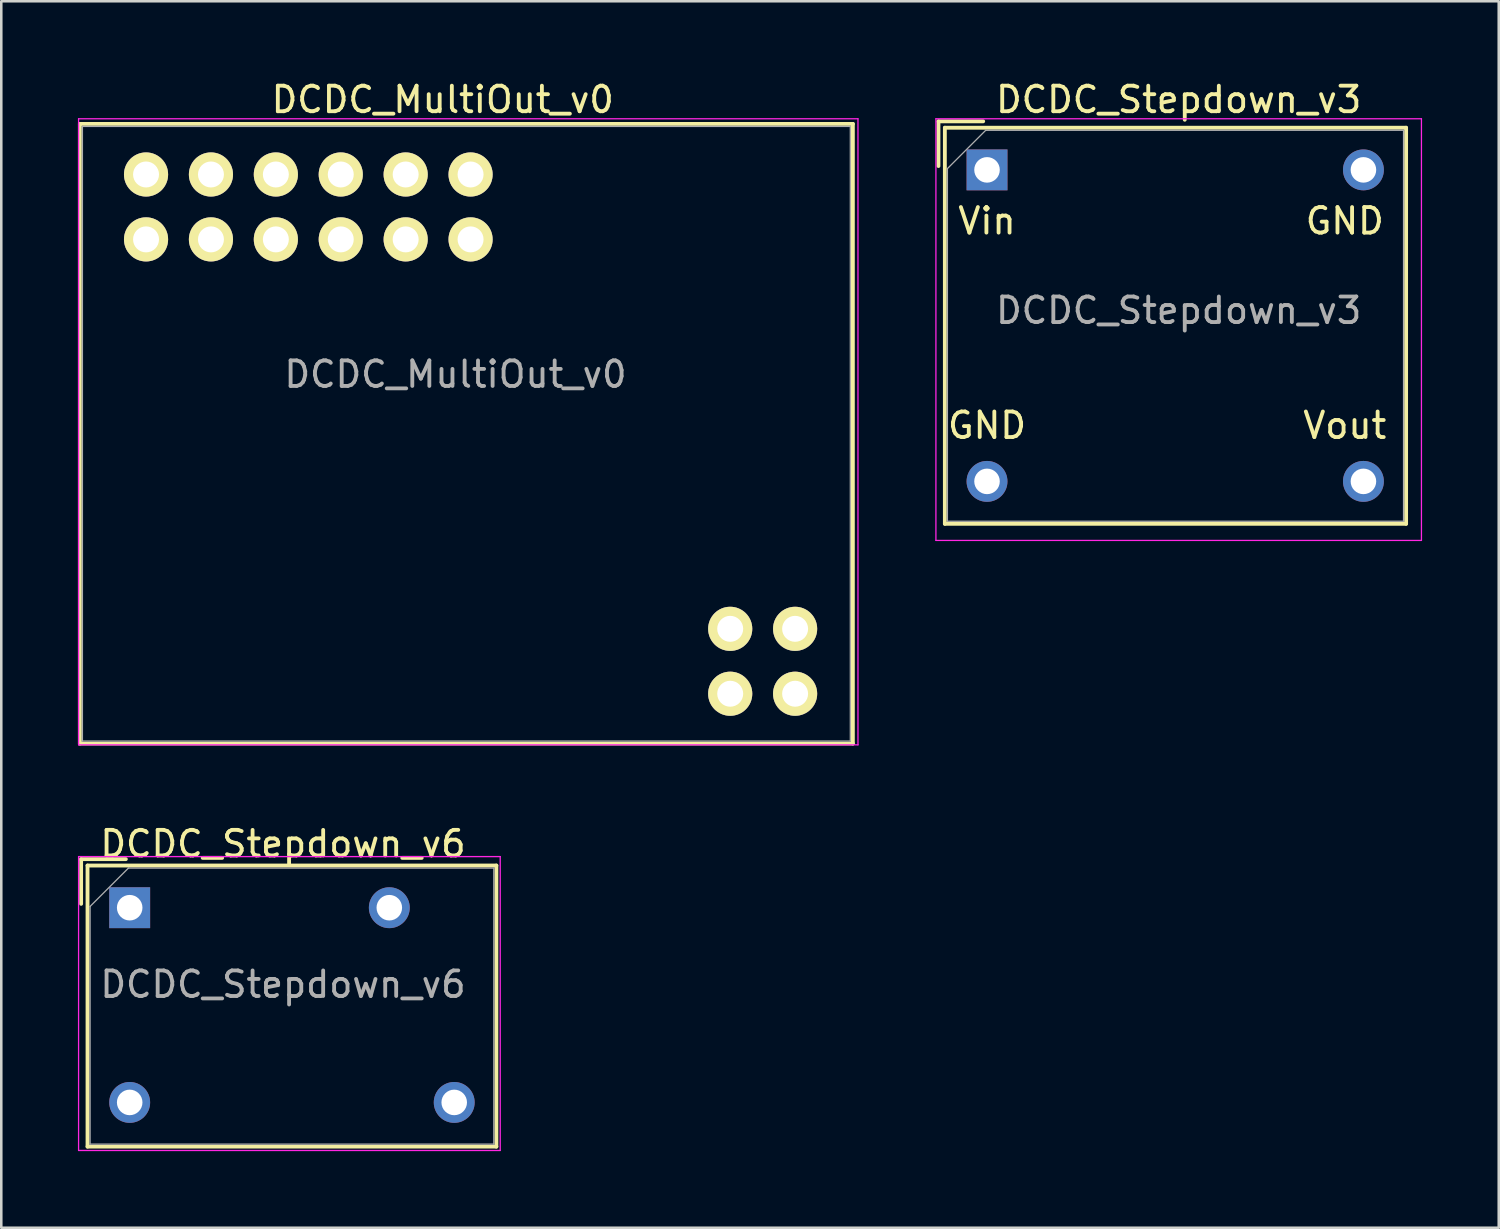
<source format=kicad_pcb>
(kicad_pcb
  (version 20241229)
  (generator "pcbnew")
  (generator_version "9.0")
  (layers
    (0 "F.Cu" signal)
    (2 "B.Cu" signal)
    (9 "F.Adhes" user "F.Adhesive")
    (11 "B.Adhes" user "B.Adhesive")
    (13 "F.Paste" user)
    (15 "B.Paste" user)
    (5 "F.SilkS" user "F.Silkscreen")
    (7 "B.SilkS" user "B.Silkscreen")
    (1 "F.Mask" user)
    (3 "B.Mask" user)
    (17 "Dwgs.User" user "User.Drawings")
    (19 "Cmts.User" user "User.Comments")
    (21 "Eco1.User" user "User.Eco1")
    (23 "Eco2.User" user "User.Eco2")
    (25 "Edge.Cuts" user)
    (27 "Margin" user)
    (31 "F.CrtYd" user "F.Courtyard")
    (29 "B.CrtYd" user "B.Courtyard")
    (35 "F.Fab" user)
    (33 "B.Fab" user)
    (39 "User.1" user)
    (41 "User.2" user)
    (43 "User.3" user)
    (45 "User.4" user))
  (footprint "DCDC_MultiOut_v0"
    (layer "F.Cu")
    (at 25.525 24.098)
    (property "Reference" "DCDC_MultiOut_v0" (at -10.75 -12.5 0) (layer "F.Fab") (effects (font (size 1 1) (thickness 0.15))))
    (attr through_hole)
    (fp_line (start -25.45 -22.3) (end -25.45 1.95) (stroke (width 0.15) (type solid)) (layer "F.SilkS"))
    (fp_line (start -25.45 1.95) (end 4.8 1.95) (stroke (width 0.15) (type solid)) (layer "F.SilkS"))
    (fp_line (start 4.8 -22.3) (end -25.45 -22.3) (stroke (width 0.15) (type solid)) (layer "F.SilkS"))
    (fp_line (start 4.8 1.95) (end 4.8 -22.3) (stroke (width 0.15) (type solid)) (layer "F.SilkS"))
    (fp_line (start -25.5 -22.5) (end 5 -22.5) (stroke (width 0.05) (type solid)) (layer "F.CrtYd"))
    (fp_line (start -25.5 2) (end -25.5 -22.5) (stroke (width 0.05) (type solid)) (layer "F.CrtYd"))
    (fp_line (start 5 -22.5) (end 5 2) (stroke (width 0.05) (type solid)) (layer "F.CrtYd"))
    (fp_line (start 5 2) (end -25.5 2) (stroke (width 0.05) (type solid)) (layer "F.CrtYd"))
    (fp_line (start -25.35 -22.2) (end 4.7 -22.2) (stroke (width 0.05) (type solid)) (layer "F.Fab"))
    (fp_line (start -25.35 1.85) (end -25.35 -22.2) (stroke (width 0.05) (type solid)) (layer "F.Fab"))
    (fp_line (start 4.7 -22.2) (end 4.7 1.85) (stroke (width 0.05) (type solid)) (layer "F.Fab"))
    (fp_line (start 4.7 1.85) (end -25.35 1.85) (stroke (width 0.05) (type solid)) (layer "F.Fab"))
    (fp_text user "${REFERENCE}" (at -11.25 -23.25 0) (layer "F.SilkS") (effects (font (size 1 1) (thickness 0.15))))
    (pad "1" thru_hole circle (at 0 0) (size 1.727 1.727) (drill 1.016) (layers "*.Cu" "*.Mask" "F.SilkS"))
    (pad "2" thru_hole circle (at 2.54 0) (size 1.727 1.727) (drill 1.016) (layers "*.Cu" "*.Mask" "F.SilkS"))
    (pad "3" thru_hole circle (at 0 -2.54) (size 1.727 1.727) (drill 1.016) (layers "*.Cu" "*.Mask" "F.SilkS"))
    (pad "4" thru_hole circle (at 2.54 -2.54) (size 1.727 1.727) (drill 1.016) (layers "*.Cu" "*.Mask" "F.SilkS"))
    (pad "5" thru_hole circle (at -22.86 -20.32) (size 1.727 1.727) (drill 1.016) (layers "*.Cu" "*.Mask" "F.SilkS"))
    (pad "6" thru_hole circle (at -20.32 -20.32) (size 1.727 1.727) (drill 1.016) (layers "*.Cu" "*.Mask" "F.SilkS"))
    (pad "7" thru_hole circle (at -17.78 -20.32) (size 1.727 1.727) (drill 1.016) (layers "*.Cu" "*.Mask" "F.SilkS"))
    (pad "8" thru_hole circle (at -15.24 -20.32) (size 1.727 1.727) (drill 1.016) (layers "*.Cu" "*.Mask" "F.SilkS"))
    (pad "9" thru_hole circle (at -12.7 -20.32) (size 1.727 1.727) (drill 1.016) (layers "*.Cu" "*.Mask" "F.SilkS"))
    (pad "10" thru_hole circle (at -10.16 -20.32) (size 1.727 1.727) (drill 1.016) (layers "*.Cu" "*.Mask" "F.SilkS"))
    (pad "11" thru_hole circle (at -22.86 -17.78) (size 1.727 1.727) (drill 1.016) (layers "*.Cu" "*.Mask" "F.SilkS"))
    (pad "12" thru_hole circle (at -20.32 -17.78) (size 1.727 1.727) (drill 1.016) (layers "*.Cu" "*.Mask" "F.SilkS"))
    (pad "13" thru_hole circle (at -17.78 -17.78) (size 1.727 1.727) (drill 1.016) (layers "*.Cu" "*.Mask" "F.SilkS"))
    (pad "14" thru_hole circle (at -15.24 -17.78) (size 1.727 1.727) (drill 1.016) (layers "*.Cu" "*.Mask" "F.SilkS"))
    (pad "15" thru_hole circle (at -12.7 -17.78) (size 1.727 1.727) (drill 1.016) (layers "*.Cu" "*.Mask" "F.SilkS"))
    (pad "16" thru_hole circle (at -10.16 -17.78) (size 1.727 1.727) (drill 1.016) (layers "*.Cu" "*.Mask" "F.SilkS")))
  (footprint "DCDC_Stepdown_v3"
    (layer "F.Cu")
    (at 35.575 3.598)
    (property "Reference" "DCDC_Stepdown_v3" (at 7.5 5.5 0) (layer "F.Fab") (effects (font (size 1 1) (thickness 0.15))))
    (attr through_hole)
    (fp_line (start -1.9 -1.9) (end -1.9 -0.15) (stroke (width 0.15) (type solid)) (layer "F.SilkS"))
    (fp_line (start -1.65 -1.65) (end -1.65 13.85) (stroke (width 0.15) (type solid)) (layer "F.SilkS"))
    (fp_line (start -1.65 13.85) (end 16.4 13.85) (stroke (width 0.15) (type solid)) (layer "F.SilkS"))
    (fp_line (start -0.15 -1.9) (end -1.9 -1.9) (stroke (width 0.15) (type solid)) (layer "F.SilkS"))
    (fp_line (start 16.4 -1.65) (end -1.65 -1.65) (stroke (width 0.15) (type solid)) (layer "F.SilkS"))
    (fp_line (start 16.4 13.85) (end 16.4 -1.65) (stroke (width 0.15) (type solid)) (layer "F.SilkS"))
    (fp_line (start -2 -2) (end -2 14.5) (stroke (width 0.05) (type solid)) (layer "F.CrtYd"))
    (fp_line (start -2 14.5) (end 17 14.5) (stroke (width 0.05) (type solid)) (layer "F.CrtYd"))
    (fp_line (start 17 -2) (end -2 -2) (stroke (width 0.05) (type solid)) (layer "F.CrtYd"))
    (fp_line (start 17 14.5) (end 17 -2) (stroke (width 0.05) (type solid)) (layer "F.CrtYd"))
    (fp_line (start -1.55 -0.05) (end -1.55 13.75) (stroke (width 0.05) (type solid)) (layer "F.Fab"))
    (fp_line (start -1.55 -0.05) (end -0.05 -1.55) (stroke (width 0.05) (type solid)) (layer "F.Fab"))
    (fp_line (start -1.55 13.75) (end 16.3 13.75) (stroke (width 0.05) (type solid)) (layer "F.Fab"))
    (fp_line (start 16.3 -1.55) (end -0.05 -1.55) (stroke (width 0.05) (type solid)) (layer "F.Fab"))
    (fp_line (start 16.3 13.75) (end 16.3 -1.55) (stroke (width 0.05) (type solid)) (layer "F.Fab"))
    (fp_text user "${REFERENCE}" (at 7.5 -2.75 0) (layer "F.SilkS") (effects (font (size 1 1) (thickness 0.15))))
    (fp_text user "Vin" (at 0 2 180) (layer "F.SilkS") (effects (font (size 1 1) (thickness 0.15))))
    (fp_text user "GND" (at 0 10 0) (layer "F.SilkS") (effects (font (size 1 1) (thickness 0.15))))
    (fp_text user "Vout" (at 14 10 0) (layer "F.SilkS") (effects (font (size 1 1) (thickness 0.15))))
    (fp_text user "GND" (at 14 2 0) (layer "F.SilkS") (effects (font (size 1 1) (thickness 0.15))))
    (pad "1" thru_hole rect (at 0 0) (size 1.6 1.6) (drill 1) (layers "*.Cu" "*.Mask"))
    (pad "2" thru_hole circle (at 14.73 12.19) (size 1.6 1.6) (drill 1) (layers "*.Cu" "*.Mask"))
    (pad "3" thru_hole circle (at 0 12.19) (size 1.6 1.6) (drill 1) (layers "*.Cu" "*.Mask"))
    (pad "4" thru_hole circle (at 14.73 0) (size 1.6 1.6) (drill 1) (layers "*.Cu" "*.Mask")))
  (footprint "DCDC_Stepdown_v6"
    (layer "F.Cu")
    (at 2.025 32.471)
    (property "Reference" "DCDC_Stepdown_v6" (at 6 3 0) (layer "F.Fab") (effects (font (size 1 1) (thickness 0.15))))
    (attr through_hole)
    (fp_line (start -1.9 -1.9) (end -1.9 -0.15) (stroke (width 0.15) (type solid)) (layer "F.SilkS"))
    (fp_line (start -1.65 -1.65) (end -1.65 9.35) (stroke (width 0.15) (type solid)) (layer "F.SilkS"))
    (fp_line (start -1.65 9.35) (end 14.35 9.35) (stroke (width 0.15) (type solid)) (layer "F.SilkS"))
    (fp_line (start -0.15 -1.9) (end -1.9 -1.9) (stroke (width 0.15) (type solid)) (layer "F.SilkS"))
    (fp_line (start 14.35 -1.65) (end -1.65 -1.65) (stroke (width 0.15) (type solid)) (layer "F.SilkS"))
    (fp_line (start 14.35 9.35) (end 14.35 -1.65) (stroke (width 0.15) (type solid)) (layer "F.SilkS"))
    (fp_line (start -2 -2) (end -2 9.5) (stroke (width 0.05) (type solid)) (layer "F.CrtYd"))
    (fp_line (start -2 9.5) (end 14.5 9.5) (stroke (width 0.05) (type solid)) (layer "F.CrtYd"))
    (fp_line (start 14.5 -2) (end -2 -2) (stroke (width 0.05) (type solid)) (layer "F.CrtYd"))
    (fp_line (start 14.5 9.5) (end 14.5 -2) (stroke (width 0.05) (type solid)) (layer "F.CrtYd"))
    (fp_line (start -1.55 -0.05) (end -1.55 9.25) (stroke (width 0.05) (type solid)) (layer "F.Fab"))
    (fp_line (start -1.55 -0.05) (end -0.05 -1.55) (stroke (width 0.05) (type solid)) (layer "F.Fab"))
    (fp_line (start -1.55 9.25) (end 14.25 9.25) (stroke (width 0.05) (type solid)) (layer "F.Fab"))
    (fp_line (start 14.25 -1.55) (end -0.05 -1.55) (stroke (width 0.05) (type solid)) (layer "F.Fab"))
    (fp_line (start 14.25 9.25) (end 14.25 -1.55) (stroke (width 0.05) (type solid)) (layer "F.Fab"))
    (fp_text user "${REFERENCE}" (at 6 -2.5 0) (layer "F.SilkS") (effects (font (size 1 1) (thickness 0.15))))
    (pad "1" thru_hole rect (at 0 0) (size 1.6 1.6) (drill 1) (layers "*.Cu" "*.Mask"))
    (pad "2" thru_hole circle (at 0 7.62) (size 1.6 1.6) (drill 1) (layers "*.Cu" "*.Mask"))
    (pad "3" thru_hole circle (at 12.7 7.62) (size 1.6 1.6) (drill 1) (layers "*.Cu" "*.Mask"))
    (pad "4" thru_hole circle (at 10.16 0) (size 1.6 1.6) (drill 1) (layers "*.Cu" "*.Mask")))
  (gr_rect
    (start -3 -3)
    (end 55.6 44.996)
    (stroke (width 0.1) (type default))
    (fill no)
    (layer "Edge.Cuts")))
</source>
